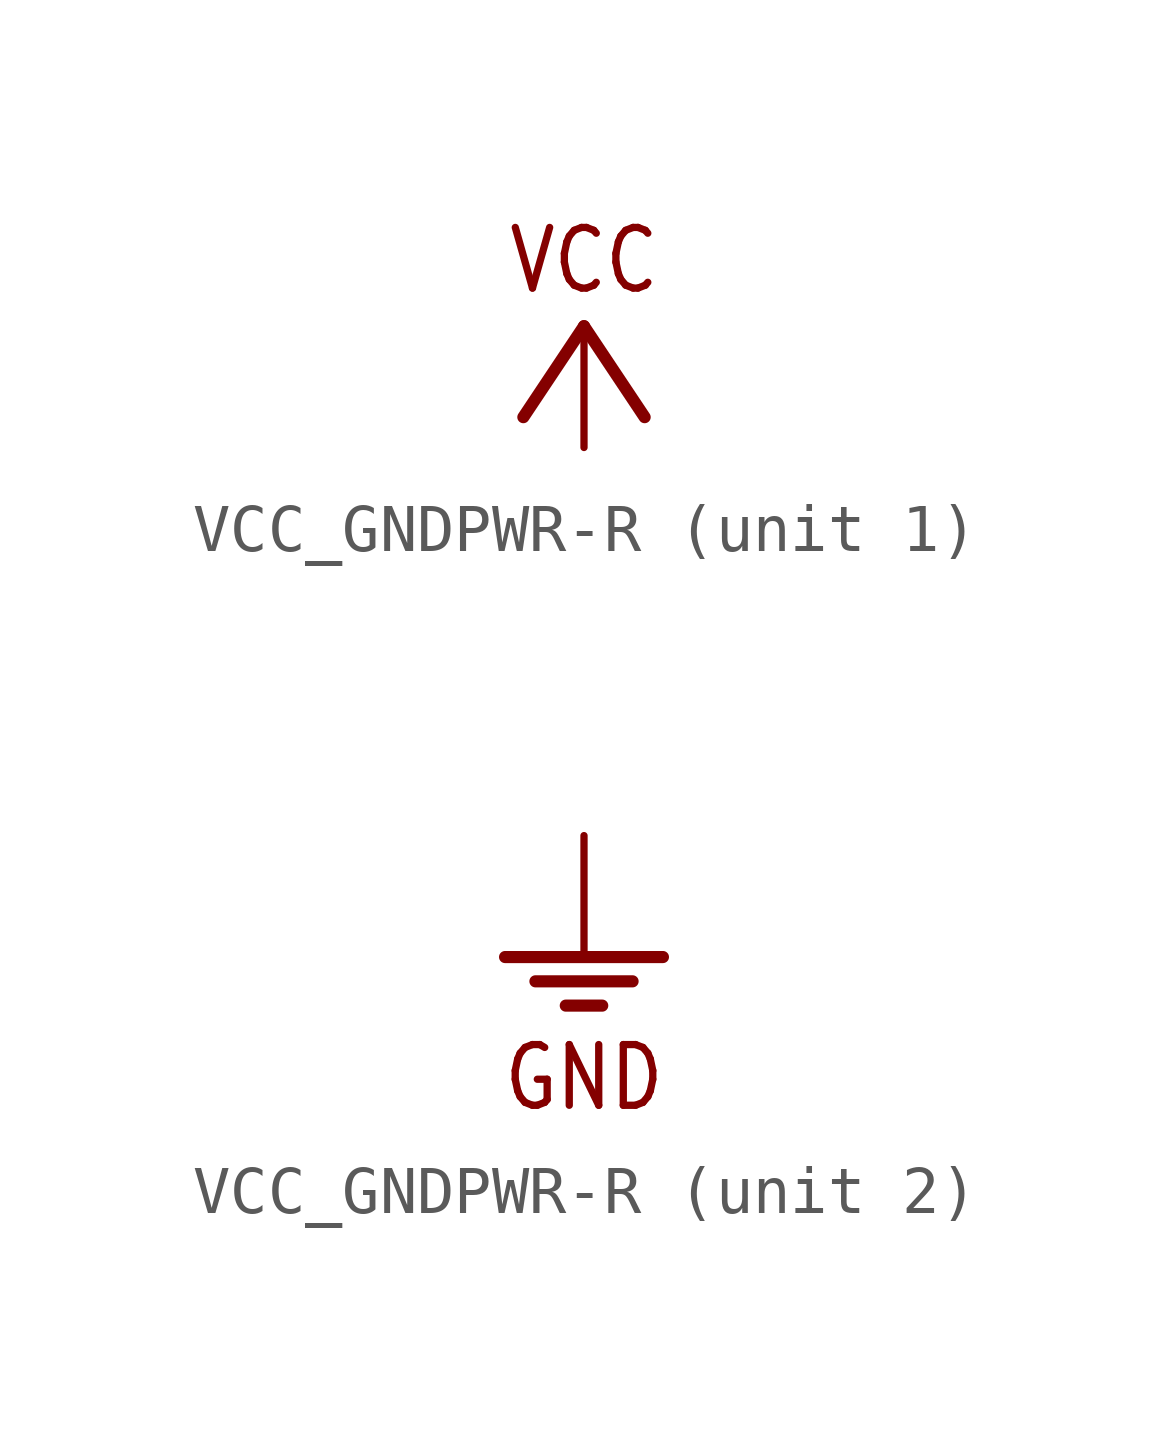
<source format=kicad_sym>
(kicad_symbol_lib
  (version 20201005)
  (generator kicad_symbol_editor)
  (symbol "VCC_GNDPWR-R"
    (property "Reference" "S"
      (at 0 0 0)
      (effects (font (size 1.27 1.27)) hide))
    (property "ki_locked" ""
      (at 0 0 0)
      (effects (font (size 1.27 1.27))))
    (symbol "VCC_GNDPWR-R_1_0"
      (text "VCC" (at 0 3.175 0) (effects (font (size 1.27 1.079)) (justify bottom)))
      (polyline (pts (xy 0 2.54) (xy -1.27 0.635)) (stroke (width 0.254)) (fill (type none)))
      (polyline (pts (xy 1.27 0.635) (xy 0 2.54)) (stroke (width 0.254)) (fill (type none)))
      (pin power_in line (at 0 0 90) (length 2.54) (name "VCC" (effects (font (size 0 0)))) (number "2" (effects (font (size 0 0))))))
    (symbol "VCC_GNDPWR-R_2_0"
      (text "GND" (at 0 -4.318 0) (effects (font (size 1.27 1.079)) (justify top)))
      (polyline (pts (xy -1.651 -2.54) (xy 1.651 -2.54)) (stroke (width 0.254)) (fill (type none)))
      (polyline (pts (xy -1.016 -3.048) (xy 1.016 -3.048)) (stroke (width 0.254)) (fill (type none)))
      (polyline (pts (xy -0.381 -3.556) (xy 0.381 -3.556)) (stroke (width 0.254)) (fill (type none)))
      (pin power_in line (at 0 0 270) (length 2.54) (name "GND" (effects (font (size 0 0)))) (number "1" (effects (font (size 0 0))))))))
</source>
